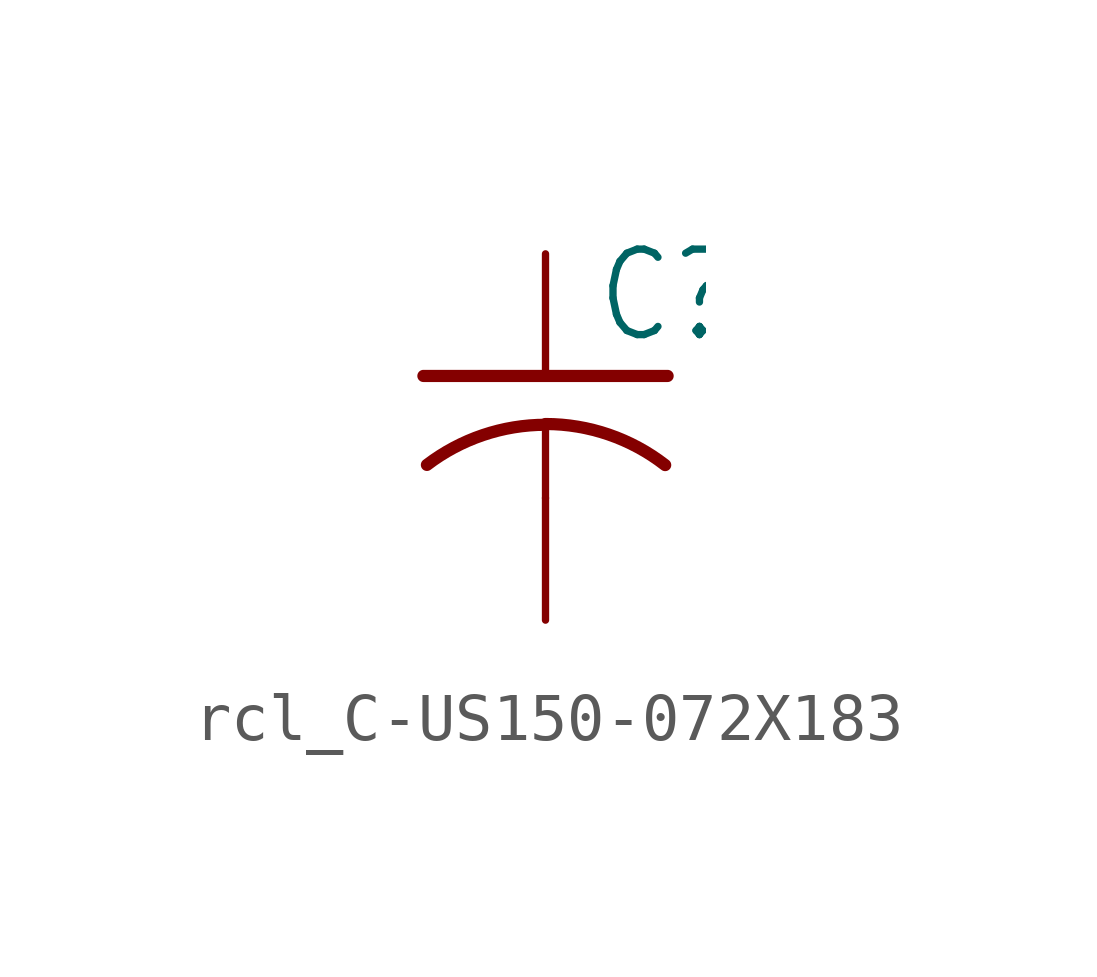
<source format=kicad_sym>
(kicad_symbol_lib
  (version 20231120)
  (generator "kicad_symbol_editor")
  (generator_version "8.0")
  (symbol "rcl_C-US150-072X183"
    (property "Reference" "C"
      (at 1.016 0.635 0)
      (effects (font (size 1.778 1.511)) (justify left bottom)))
    (property "Value" ""
      (at 1.016 -4.191 0)
      (effects (font (size 1.778 1.511)) (justify left bottom)))
    (property "ki_locked" ""
      (at 0 0 0)
      (effects (font (size 1.27 1.27))))
    (symbol "rcl_C-US150-072X183_1_0"
      (arc (start 0 -1.0161) (mid -1.302 -1.2303) (end -2.4668 -1.8504) (stroke (width 0.254) (type solid)) (fill (type none)))
      (polyline (pts (xy -2.54 0) (xy 2.54 0)) (stroke (width 0.254) (type solid)) (fill (type none)))
      (polyline (pts (xy 0 -1.016) (xy 0 -2.54)) (stroke (width 0.152) (type solid)) (fill (type none)))
      (arc (start 2.4892 -1.8541) (mid 1.3158 -1.2194) (end 0 -1) (stroke (width 0.254) (type solid)) (fill (type none)))
      (pin passive line (at 0 2.54 270) (length 2.54) (name "1" (effects (font (size 0 0)))) (number "1" (effects (font (size 0 0)))))
      (pin passive line (at 0 -5.08 90) (length 2.54) (name "2" (effects (font (size 0 0)))) (number "2" (effects (font (size 0 0))))))))
</source>
